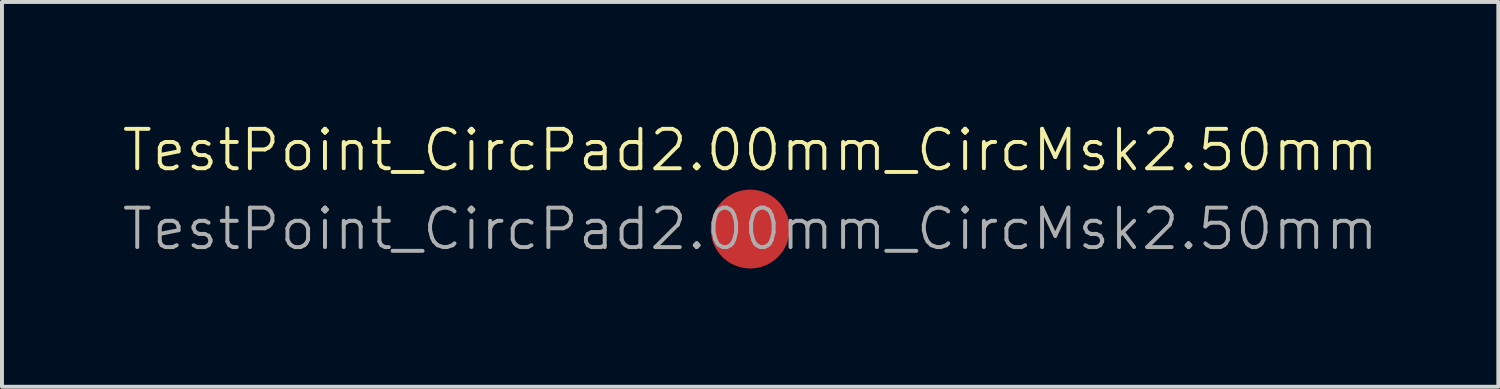
<source format=kicad_pcb>
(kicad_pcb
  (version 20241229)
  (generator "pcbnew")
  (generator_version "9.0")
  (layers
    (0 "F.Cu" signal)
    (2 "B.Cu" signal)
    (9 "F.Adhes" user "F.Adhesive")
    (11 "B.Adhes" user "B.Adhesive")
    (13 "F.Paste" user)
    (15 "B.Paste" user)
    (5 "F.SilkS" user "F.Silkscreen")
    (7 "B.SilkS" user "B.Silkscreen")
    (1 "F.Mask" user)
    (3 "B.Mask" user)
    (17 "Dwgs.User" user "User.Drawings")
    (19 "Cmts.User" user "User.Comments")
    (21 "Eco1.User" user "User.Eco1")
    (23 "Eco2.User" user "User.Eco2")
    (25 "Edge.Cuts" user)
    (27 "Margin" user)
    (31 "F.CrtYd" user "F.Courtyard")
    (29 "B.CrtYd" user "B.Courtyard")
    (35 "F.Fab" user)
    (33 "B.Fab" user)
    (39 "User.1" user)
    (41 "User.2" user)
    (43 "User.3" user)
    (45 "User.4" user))
  (footprint "TestPoint_CircPad2.00mm_CircMsk2.50mm"
    (layer "F.Cu")
    (at 15.979 2.76)
    (property "Reference" "TestPoint_CircPad2.00mm_CircMsk2.50mm" (at 0 -2 0) (unlocked yes) (layer "F.SilkS") (effects (font (size 1 1) (thickness 0.1))))
    (fp_text user "${REFERENCE}" (at 0 0 0) (unlocked yes) (layer "F.Fab") (effects (font (size 1 1) (thickness 0.1))))
    (pad "1" smd circle (at 0 0) (size 2 2) (layers "F.Cu" "F.Mask")))
  (gr_rect
    (start -3 -3)
    (end 34.957 6.761)
    (stroke (width 0.1) (type default))
    (fill no)
    (layer "Edge.Cuts")))
</source>
